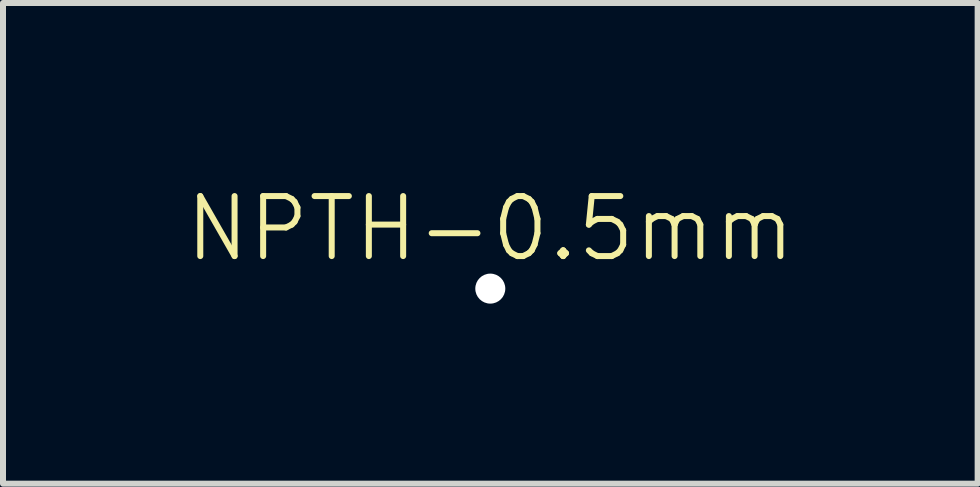
<source format=kicad_pcb>
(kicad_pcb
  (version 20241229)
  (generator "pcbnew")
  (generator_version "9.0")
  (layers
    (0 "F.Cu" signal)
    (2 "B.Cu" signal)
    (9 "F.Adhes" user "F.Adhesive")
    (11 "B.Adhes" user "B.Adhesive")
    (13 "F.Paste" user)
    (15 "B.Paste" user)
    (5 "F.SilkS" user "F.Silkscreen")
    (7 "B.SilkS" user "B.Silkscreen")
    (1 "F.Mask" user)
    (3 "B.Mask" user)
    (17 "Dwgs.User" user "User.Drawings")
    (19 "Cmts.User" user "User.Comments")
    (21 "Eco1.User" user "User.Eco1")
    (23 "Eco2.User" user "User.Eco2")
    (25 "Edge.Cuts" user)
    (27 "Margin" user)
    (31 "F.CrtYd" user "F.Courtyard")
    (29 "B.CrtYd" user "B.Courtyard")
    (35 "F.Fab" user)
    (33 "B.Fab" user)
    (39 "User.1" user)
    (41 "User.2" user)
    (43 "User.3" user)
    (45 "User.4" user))
  (footprint "NPTH-0.5mm"
    (layer "F.Cu")
    (at 5.121 1.76)
    (property "Reference" "NPTH-0.5mm" (at 0 -1 0) (unlocked yes) (layer "F.SilkS") (effects (font (size 1 1) (thickness 0.1))))
    (attr through_hole)
    (pad "" np_thru_hole circle (at 0 0) (size 0.5 0.5) (drill 0.5) (layers "*.Cu" "*.Mask")))
  (gr_rect
    (start -3 -3)
    (end 13.243 5.011)
    (stroke (width 0.1) (type default))
    (fill no)
    (layer "Edge.Cuts")))
</source>
